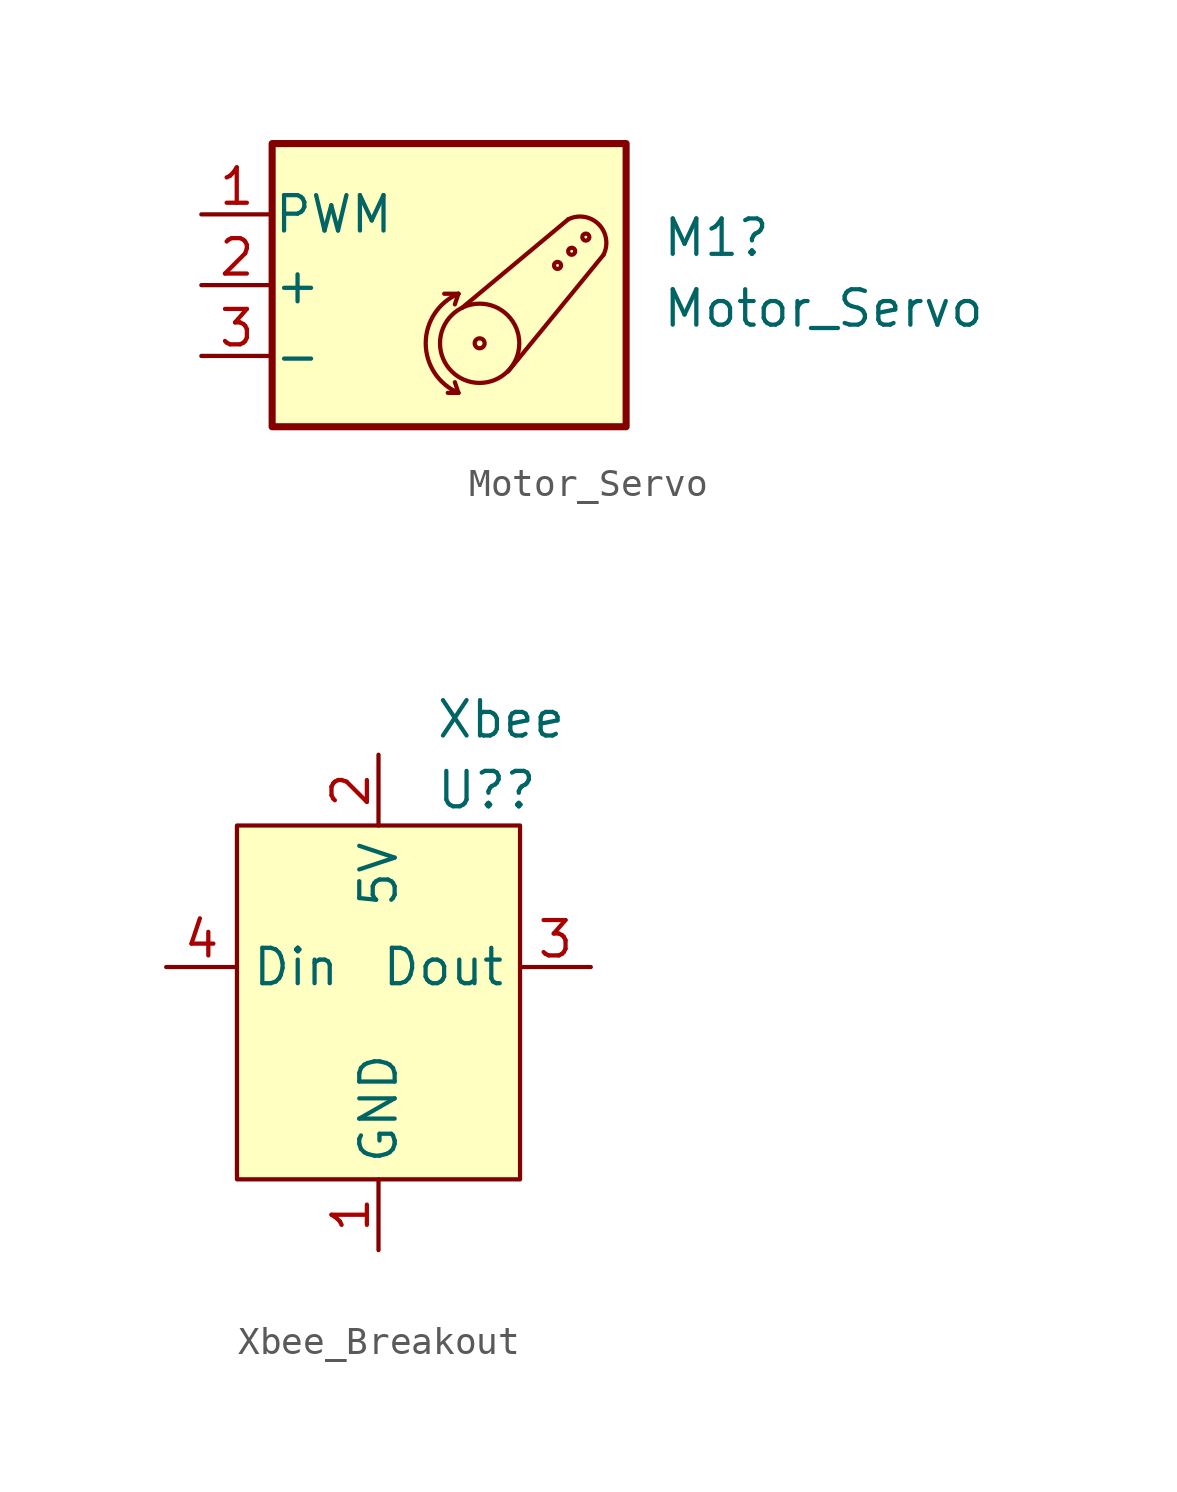
<source format=kicad_sym>
(kicad_symbol_lib
  (version 20231120)
  (generator "kicad_symbol_editor")
  (generator_version "8.0")
  (symbol "Motor_Servo"
    (pin_names
      (offset 0.025))
    (property "Reference" "M1"
      (at 8.89 1.703 0)
      (effects (font (size 1.27 1.27)) (justify left)))
    (property "Value" "Motor_Servo"
      (at 8.89 -0.837 0)
      (effects (font (size 1.27 1.27)) (justify left)))
    (symbol "Motor_Servo_0_1"
      (polyline (pts (xy 1.603 -3.864) (xy 1.222 -3.864)) (stroke (width 0) (type default)) (fill (type none)))
      (polyline (pts (xy 1.603 -3.864) (xy 1.476 -3.483)) (stroke (width 0) (type default)) (fill (type none)))
      (polyline (pts (xy 1.603 -0.308) (xy 1.095 -0.308)) (stroke (width 0) (type default)) (fill (type none)))
      (polyline (pts (xy 1.603 -0.308) (xy 1.476 -0.689)) (stroke (width 0) (type default)) (fill (type none)))
      (polyline (pts (xy 5.54 2.359) (xy 1.73 -0.816)) (stroke (width 0) (type default)) (fill (type none)))
      (polyline (pts (xy 6.81 1.089) (xy 3.381 -3.102)) (stroke (width 0) (type default)) (fill (type none)))
      (arc (start 1.6028 -0.3079) (mid 0.4304 -2.0859) (end 1.6028 -3.8639) (stroke (width 0) (type default)) (fill (type none)))
      (circle (center 2.365 -2.086) (radius 0.178) (stroke (width 0) (type default)) (fill (type none)))
      (circle (center 2.365 -2.086) (radius 1.422) (stroke (width 0) (type default)) (fill (type none)))
      (circle (center 5.159 0.708) (radius 0.127) (stroke (width 0) (type default)) (fill (type none)))
      (circle (center 5.667 1.216) (radius 0.127) (stroke (width 0) (type default)) (fill (type none)))
      (circle (center 6.175 1.724) (radius 0.127) (stroke (width 0) (type default)) (fill (type none)))
      (arc (start 6.8098 1.0891) (mid 6.6385 2.1878) (end 5.5398 2.3591) (stroke (width 0) (type default)) (fill (type none))))
    (symbol "Motor_Servo_1_1"
      (polyline (pts (xy 7.62 5.08) (xy -5.08 5.08) (xy -5.08 -5.08) (xy 7.62 -5.08) (xy 7.62 5.08)) (stroke (width 0.254) (type default)) (fill (type background)))
      (pin passive line (at -7.62 2.54 0) (length 2.54) (name "PWM" (effects (font (size 1.27 1.27)))) (number "1" (effects (font (size 1.27 1.27)))))
      (pin passive line (at -7.62 0 0) (length 2.54) (name "+" (effects (font (size 1.27 1.27)))) (number "2" (effects (font (size 1.27 1.27)))))
      (pin passive line (at -7.62 -2.54 0) (length 2.54) (name "-" (effects (font (size 1.27 1.27)))) (number "3" (effects (font (size 1.27 1.27)))))))
  (symbol "Xbee_Breakout"
    (property "Reference" "U?"
      (at 2.032 6.35 0)
      (effects (font (size 1.27 1.27)) (justify left)))
    (property "Value" "Xbee"
      (at 2.032 8.89 0)
      (effects (font (size 1.27 1.27)) (justify left)))
    (symbol "Xbee_Breakout_1_1"
      (rectangle (start -5.08 5.08) (end 5.08 -7.62) (stroke (width 0) (type default)) (fill (type background)))
      (pin unspecified line (at 0 -10.16 90) (length 2.54) (name "GND" (effects (font (size 1.27 1.27)))) (number "1" (effects (font (size 1.27 1.27)))))
      (pin input line (at 0 7.62 270) (length 2.54) (name "5V" (effects (font (size 1.27 1.27)))) (number "2" (effects (font (size 1.27 1.27)))))
      (pin output line (at 7.62 0 180) (length 2.54) (name "Dout" (effects (font (size 1.27 1.27)))) (number "3" (effects (font (size 1.27 1.27)))))
      (pin input line (at -7.62 0 0) (length 2.54) (name "Din" (effects (font (size 1.27 1.27)))) (number "4" (effects (font (size 1.27 1.27))))))))
</source>
